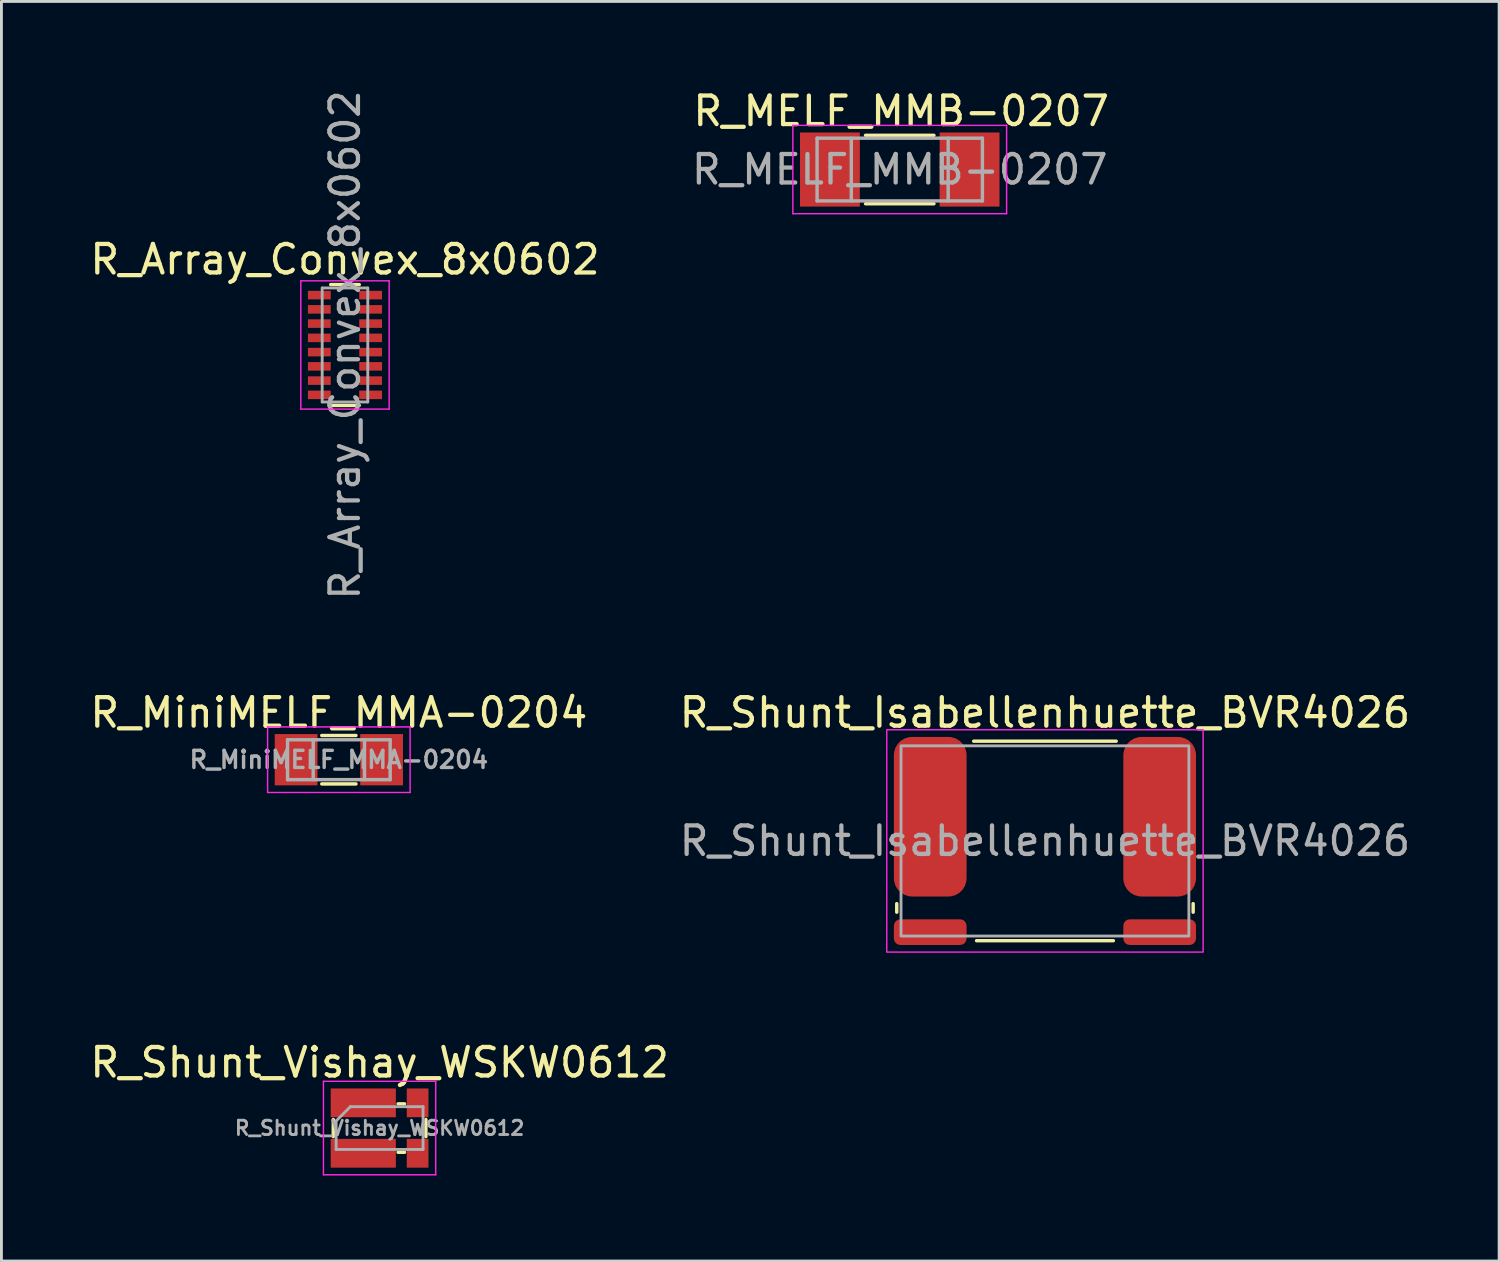
<source format=kicad_pcb>
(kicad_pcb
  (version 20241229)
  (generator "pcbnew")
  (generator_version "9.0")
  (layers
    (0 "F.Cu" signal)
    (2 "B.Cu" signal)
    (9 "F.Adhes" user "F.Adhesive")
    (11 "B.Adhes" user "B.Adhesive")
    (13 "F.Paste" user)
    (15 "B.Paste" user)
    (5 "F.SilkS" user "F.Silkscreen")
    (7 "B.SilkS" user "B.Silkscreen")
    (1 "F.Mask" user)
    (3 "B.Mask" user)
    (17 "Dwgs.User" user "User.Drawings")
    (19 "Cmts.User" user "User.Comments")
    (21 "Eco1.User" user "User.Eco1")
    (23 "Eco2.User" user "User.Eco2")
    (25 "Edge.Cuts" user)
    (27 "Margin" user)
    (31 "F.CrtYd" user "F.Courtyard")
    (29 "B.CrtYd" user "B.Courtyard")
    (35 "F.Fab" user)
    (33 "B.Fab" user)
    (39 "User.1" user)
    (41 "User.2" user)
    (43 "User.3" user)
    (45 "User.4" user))
  (footprint "R_Shunt_Isabellenhuette_BVR4026"
    (layer "F.Cu")
    (at 33.613 26.455)
    (property "Reference" "R_Shunt_Isabellenhuette_BVR4026" (at 0 -4.5 0) (layer "F.SilkS") (effects (font (size 1 1) (thickness 0.15))))
    (attr smd)
    (fp_line (start -5.2 2.2) (end -5.2 2.5) (stroke (width 0.12) (type default)) (layer "F.SilkS"))
    (fp_line (start -2.5 -3.5) (end 2.5 -3.5) (stroke (width 0.12) (type default)) (layer "F.SilkS"))
    (fp_line (start -2.4 3.5) (end 2.4 3.5) (stroke (width 0.12) (type default)) (layer "F.SilkS"))
    (fp_line (start 5.2 2.2) (end 5.2 2.5) (stroke (width 0.12) (type default)) (layer "F.SilkS"))
    (fp_rect (start -5.55 -3.9) (end 5.55 3.9) (stroke (width 0.05) (type default)) (fill no) (layer "F.CrtYd"))
    (fp_rect (start -5.05 -3.337) (end 5.05 3.337) (stroke (width 0.1) (type default)) (fill no) (layer "F.Fab"))
    (fp_text user "${REFERENCE}" (at 0 0 0) (layer "F.Fab") (effects (font (size 1 1) (thickness 0.15))))
    (pad "1" smd roundrect (at -4.025 -0.85) (size 2.55 5.6) (layers "F.Cu" "F.Mask" "F.Paste") (roundrect_rratio 0.25))
    (pad "2" smd roundrect (at -4.025 3.2) (size 2.55 0.9) (layers "F.Cu" "F.Mask" "F.Paste") (roundrect_rratio 0.25))
    (pad "3" smd roundrect (at 4.025 3.2) (size 2.55 0.9) (layers "F.Cu" "F.Mask" "F.Paste") (roundrect_rratio 0.25))
    (pad "4" smd roundrect (at 4.025 -0.85) (size 2.55 5.6) (layers "F.Cu" "F.Mask" "F.Paste") (roundrect_rratio 0.25)))
  (footprint "R_MELF_MMB-0207"
    (layer "F.Cu")
    (at 28.518 2.898)
    (property "Reference" "R_MELF_MMB-0207" (at 0.05 -2.05 0) (layer "F.SilkS") (effects (font (size 1 1) (thickness 0.15))))
    (attr smd)
    (fp_line (start 1.2 -1.2) (end -1.2 -1.2) (stroke (width 0.12) (type solid)) (layer "F.SilkS"))
    (fp_line (start 1.2 1.2) (end -1.2 1.2) (stroke (width 0.12) (type solid)) (layer "F.SilkS"))
    (fp_line (start -3.75 -1.55) (end -3.75 1.55) (stroke (width 0.05) (type solid)) (layer "F.CrtYd"))
    (fp_line (start -3.75 -1.55) (end 3.75 -1.55) (stroke (width 0.05) (type solid)) (layer "F.CrtYd"))
    (fp_line (start 3.75 1.55) (end -3.75 1.55) (stroke (width 0.05) (type solid)) (layer "F.CrtYd"))
    (fp_line (start 3.75 1.55) (end 3.75 -1.55) (stroke (width 0.05) (type solid)) (layer "F.CrtYd"))
    (fp_line (start -2.9 -1.1) (end -2.9 1.1) (stroke (width 0.12) (type solid)) (layer "F.Fab"))
    (fp_line (start -2.9 1.1) (end 2.9 1.1) (stroke (width 0.12) (type solid)) (layer "F.Fab"))
    (fp_line (start -1.7 -1.1) (end -1.7 1.1) (stroke (width 0.12) (type solid)) (layer "F.Fab"))
    (fp_line (start 1.7 -1.1) (end 1.7 1.1) (stroke (width 0.12) (type solid)) (layer "F.Fab"))
    (fp_line (start 2.9 -1.1) (end -2.9 -1.1) (stroke (width 0.12) (type solid)) (layer "F.Fab"))
    (fp_line (start 2.9 1.1) (end 2.9 -1.1) (stroke (width 0.12) (type solid)) (layer "F.Fab"))
    (fp_text user "${REFERENCE}" (at 0 0 0) (layer "F.Fab") (effects (font (size 1 1) (thickness 0.15))))
    (pad "1" smd rect (at -2.45 0) (size 2.1 2.6) (layers "F.Cu" "F.Mask" "F.Paste"))
    (pad "2" smd rect (at 2.45 0) (size 2.1 2.6) (layers "F.Cu" "F.Mask" "F.Paste")))
  (footprint "R_Shunt_Vishay_WSKW0612"
    (layer "F.Cu")
    (at 10.268 36.529)
    (property "Reference" "R_Shunt_Vishay_WSKW0612" (at 0 -2.3 0) (layer "F.SilkS") (effects (font (size 1 1) (thickness 0.15))))
    (attr smd)
    (fp_line (start -1.625 0.3) (end -1.625 -0.3) (stroke (width 0.12) (type solid)) (layer "F.SilkS"))
    (fp_line (start 0.65 -0.85) (end 0.875 -0.85) (stroke (width 0.12) (type solid)) (layer "F.SilkS"))
    (fp_line (start 0.65 0.85) (end 0.875 0.85) (stroke (width 0.12) (type solid)) (layer "F.SilkS"))
    (fp_line (start 1.625 0.3) (end 1.625 -0.3) (stroke (width 0.12) (type solid)) (layer "F.SilkS"))
    (fp_line (start -1.97 1.64) (end -1.97 -1.64) (stroke (width 0.05) (type solid)) (layer "F.CrtYd"))
    (fp_line (start -1.97 1.64) (end 1.97 1.64) (stroke (width 0.05) (type solid)) (layer "F.CrtYd"))
    (fp_line (start 1.97 -1.64) (end -1.97 -1.64) (stroke (width 0.05) (type solid)) (layer "F.CrtYd"))
    (fp_line (start 1.97 -1.64) (end 1.97 1.64) (stroke (width 0.05) (type solid)) (layer "F.CrtYd"))
    (fp_line (start -1.525 -0.25) (end -1.025 -0.75) (stroke (width 0.1) (type solid)) (layer "F.Fab"))
    (fp_line (start -1.525 0.75) (end -1.525 -0.25) (stroke (width 0.1) (type solid)) (layer "F.Fab"))
    (fp_line (start -1.525 0.75) (end 1.525 0.75) (stroke (width 0.1) (type solid)) (layer "F.Fab"))
    (fp_line (start 1.525 -0.75) (end -1.025 -0.75) (stroke (width 0.1) (type solid)) (layer "F.Fab"))
    (fp_line (start 1.525 0.75) (end 1.525 -0.75) (stroke (width 0.1) (type solid)) (layer "F.Fab"))
    (fp_text user "${REFERENCE}" (at 0 0 0) (layer "F.Fab") (effects (font (size 0.5 0.5) (thickness 0.1))))
    (pad "1" smd rect (at -0.572 -0.885) (size 2.287 1.01) (layers "F.Cu" "F.Mask" "F.Paste"))
    (pad "2" smd rect (at 1.334 -0.885) (size 0.762 1.01) (layers "F.Cu" "F.Mask" "F.Paste"))
    (pad "3" smd rect (at 1.334 0.885) (size 0.762 1.01) (layers "F.Cu" "F.Mask" "F.Paste"))
    (pad "4" smd rect (at -0.572 0.885) (size 2.287 1.01) (layers "F.Cu" "F.Mask" "F.Paste")))
  (footprint "R_Array_Convex_8x0602"
    (layer "F.Cu")
    (at 9.054 9.054)
    (property "Reference" "R_Array_Convex_8x0602" (at 0 -3 0) (layer "F.SilkS") (effects (font (size 1 1) (thickness 0.15))))
    (attr smd)
    (fp_line (start 0.5 -2.12) (end -0.5 -2.12) (stroke (width 0.12) (type solid)) (layer "F.SilkS"))
    (fp_line (start 0.5 2.12) (end -0.5 2.12) (stroke (width 0.12) (type solid)) (layer "F.SilkS"))
    (fp_line (start -1.55 -2.25) (end -1.55 2.25) (stroke (width 0.05) (type solid)) (layer "F.CrtYd"))
    (fp_line (start -1.55 -2.25) (end 1.55 -2.25) (stroke (width 0.05) (type solid)) (layer "F.CrtYd"))
    (fp_line (start 1.55 2.25) (end -1.55 2.25) (stroke (width 0.05) (type solid)) (layer "F.CrtYd"))
    (fp_line (start 1.55 2.25) (end 1.55 -2.25) (stroke (width 0.05) (type solid)) (layer "F.CrtYd"))
    (fp_line (start -0.8 -2) (end -0.8 2) (stroke (width 0.1) (type solid)) (layer "F.Fab"))
    (fp_line (start -0.8 2) (end 0.8 2) (stroke (width 0.1) (type solid)) (layer "F.Fab"))
    (fp_line (start 0.8 -2) (end -0.8 -2) (stroke (width 0.1) (type solid)) (layer "F.Fab"))
    (fp_line (start 0.8 2) (end 0.8 -2) (stroke (width 0.1) (type solid)) (layer "F.Fab"))
    (fp_text user "${REFERENCE}" (at 0 0 90) (layer "F.Fab") (effects (font (size 1 1) (thickness 0.15))))
    (pad "1" smd rect (at -0.9 -1.75) (size 0.8 0.3) (layers "F.Cu" "F.Mask" "F.Paste"))
    (pad "2" smd rect (at -0.9 -1.25) (size 0.8 0.3) (layers "F.Cu" "F.Mask" "F.Paste"))
    (pad "3" smd rect (at -0.9 -0.75) (size 0.8 0.3) (layers "F.Cu" "F.Mask" "F.Paste"))
    (pad "4" smd rect (at -0.9 -0.25) (size 0.8 0.3) (layers "F.Cu" "F.Mask" "F.Paste"))
    (pad "5" smd rect (at -0.9 0.25) (size 0.8 0.3) (layers "F.Cu" "F.Mask" "F.Paste"))
    (pad "6" smd rect (at -0.9 0.75) (size 0.8 0.3) (layers "F.Cu" "F.Mask" "F.Paste"))
    (pad "7" smd rect (at -0.9 1.25) (size 0.8 0.3) (layers "F.Cu" "F.Mask" "F.Paste"))
    (pad "8" smd rect (at -0.9 1.75) (size 0.8 0.3) (layers "F.Cu" "F.Mask" "F.Paste"))
    (pad "9" smd rect (at 0.9 1.75) (size 0.8 0.3) (layers "F.Cu" "F.Mask" "F.Paste"))
    (pad "10" smd rect (at 0.9 1.25) (size 0.8 0.3) (layers "F.Cu" "F.Mask" "F.Paste"))
    (pad "11" smd rect (at 0.9 0.75) (size 0.8 0.3) (layers "F.Cu" "F.Mask" "F.Paste"))
    (pad "12" smd rect (at 0.9 0.25) (size 0.8 0.3) (layers "F.Cu" "F.Mask" "F.Paste"))
    (pad "13" smd rect (at 0.9 -0.25) (size 0.8 0.3) (layers "F.Cu" "F.Mask" "F.Paste"))
    (pad "14" smd rect (at 0.9 -0.75) (size 0.8 0.3) (layers "F.Cu" "F.Mask" "F.Paste"))
    (pad "15" smd rect (at 0.9 -1.25) (size 0.8 0.3) (layers "F.Cu" "F.Mask" "F.Paste"))
    (pad "16" smd rect (at 0.9 -1.75) (size 0.8 0.3) (layers "F.Cu" "F.Mask" "F.Paste")))
  (footprint "R_MiniMELF_MMA-0204"
    (layer "F.Cu")
    (at 8.839 23.605)
    (property "Reference" "R_MiniMELF_MMA-0204" (at 0 -1.65 0) (layer "F.SilkS") (effects (font (size 1 1) (thickness 0.15))))
    (attr smd)
    (fp_line (start -0.6 -0.85) (end 0.6 -0.85) (stroke (width 0.12) (type solid)) (layer "F.SilkS"))
    (fp_line (start 0.6 0.85) (end -0.6 0.85) (stroke (width 0.12) (type solid)) (layer "F.SilkS"))
    (fp_line (start -2.5 -1.15) (end -2.5 1.15) (stroke (width 0.05) (type solid)) (layer "F.CrtYd"))
    (fp_line (start -2.5 -1.15) (end 2.5 -1.15) (stroke (width 0.05) (type solid)) (layer "F.CrtYd"))
    (fp_line (start 2.5 1.15) (end -2.5 1.15) (stroke (width 0.05) (type solid)) (layer "F.CrtYd"))
    (fp_line (start 2.5 1.15) (end 2.5 -1.15) (stroke (width 0.05) (type solid)) (layer "F.CrtYd"))
    (fp_line (start -1.8 -0.7) (end -1.8 0.7) (stroke (width 0.12) (type solid)) (layer "F.Fab"))
    (fp_line (start -1.8 0.7) (end 1.8 0.7) (stroke (width 0.12) (type solid)) (layer "F.Fab"))
    (fp_line (start -0.9 -0.7) (end -0.9 0.7) (stroke (width 0.12) (type solid)) (layer "F.Fab"))
    (fp_line (start 0.9 0.7) (end 0.9 -0.7) (stroke (width 0.12) (type solid)) (layer "F.Fab"))
    (fp_line (start 1.8 -0.7) (end -1.8 -0.7) (stroke (width 0.12) (type solid)) (layer "F.Fab"))
    (fp_line (start 1.8 0.7) (end 1.8 -0.7) (stroke (width 0.12) (type solid)) (layer "F.Fab"))
    (fp_text user "${REFERENCE}" (at 0 0 0) (layer "F.Fab") (effects (font (size 0.6 0.6) (thickness 0.12))))
    (pad "1" smd rect (at -1.5 0) (size 1.5 1.8) (layers "F.Cu" "F.Mask" "F.Paste"))
    (pad "2" smd rect (at 1.5 0) (size 1.5 1.8) (layers "F.Cu" "F.Mask" "F.Paste")))
  (gr_rect
    (start -3 -3)
    (end 49.548 41.194)
    (stroke (width 0.1) (type default))
    (fill no)
    (layer "Edge.Cuts")))
</source>
